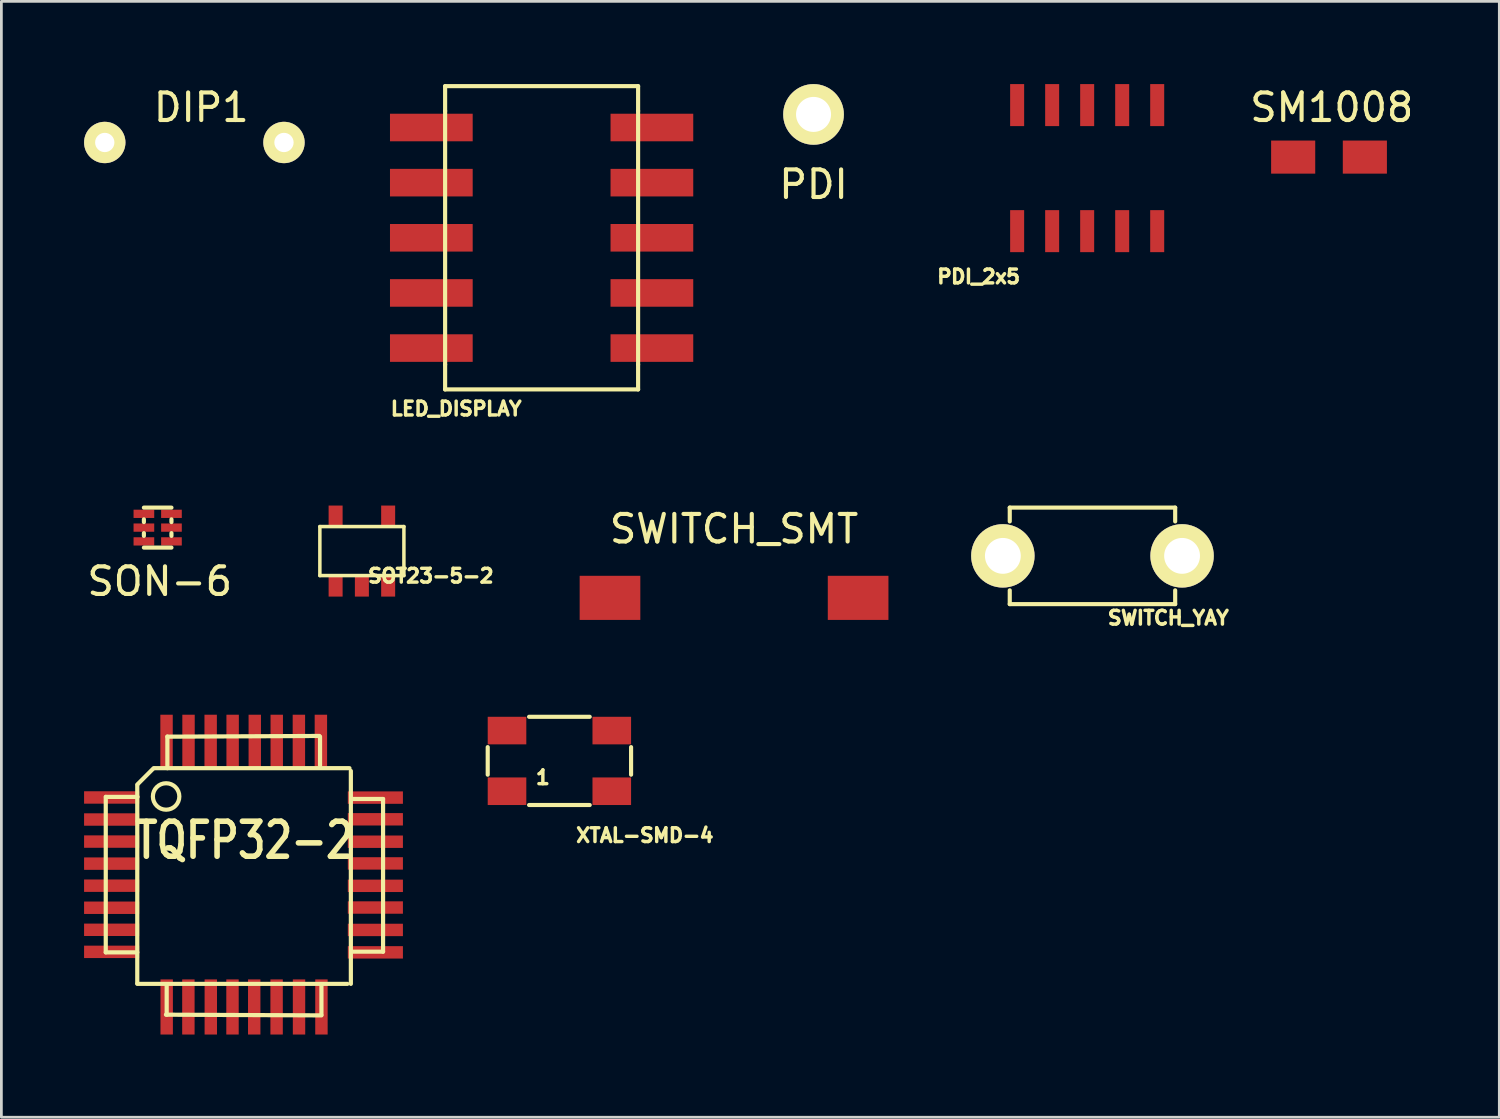
<source format=kicad_pcb>
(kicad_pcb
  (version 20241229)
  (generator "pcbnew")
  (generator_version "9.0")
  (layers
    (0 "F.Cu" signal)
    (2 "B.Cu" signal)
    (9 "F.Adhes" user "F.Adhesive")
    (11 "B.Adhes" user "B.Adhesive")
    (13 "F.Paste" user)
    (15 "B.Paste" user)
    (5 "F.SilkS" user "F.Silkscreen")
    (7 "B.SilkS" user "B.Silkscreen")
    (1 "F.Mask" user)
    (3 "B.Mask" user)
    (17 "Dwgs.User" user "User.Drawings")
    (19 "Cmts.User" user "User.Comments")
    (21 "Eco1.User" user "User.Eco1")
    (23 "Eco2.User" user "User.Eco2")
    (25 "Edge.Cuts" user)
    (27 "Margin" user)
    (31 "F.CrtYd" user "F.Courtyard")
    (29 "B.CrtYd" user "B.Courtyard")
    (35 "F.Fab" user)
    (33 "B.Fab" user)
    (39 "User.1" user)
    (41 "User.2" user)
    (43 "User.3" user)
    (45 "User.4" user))
  (footprint "XTAL-SMD-4"
    (layer "F.Cu")
    (at 17.24 24.549)
    (property "Reference" "XTAL-SMD-4" (at 3.1 2.7 0) (layer "F.SilkS") (effects (font (size 0.5 0.5) (thickness 0.125))))
    (attr through_hole)
    (fp_line (start -2.6 -0.5) (end -2.6 0.5) (stroke (width 0.15) (type solid)) (layer "F.SilkS"))
    (fp_line (start -1.1 -1.6) (end 1.1 -1.6) (stroke (width 0.15) (type solid)) (layer "F.SilkS"))
    (fp_line (start -1.1 1.6) (end 1.1 1.6) (stroke (width 0.15) (type solid)) (layer "F.SilkS"))
    (fp_line (start 2.6 0.5) (end 2.6 -0.5) (stroke (width 0.15) (type solid)) (layer "F.SilkS"))
    (fp_text user "1" (at -0.6 0.6 0) (layer "F.SilkS") (effects (font (size 0.5 0.5) (thickness 0.125))))
    (pad "1" smd rect (at -1.9 1.1) (size 1.4 1) (layers "F.Cu" "F.Mask" "F.Paste"))
    (pad "2" smd rect (at 1.9 1.1) (size 1.4 1) (layers "F.Cu" "F.Mask" "F.Paste"))
    (pad "3" smd rect (at 1.9 -1.1) (size 1.4 1) (layers "F.Cu" "F.Mask" "F.Paste"))
    (pad "4" smd rect (at -1.9 -1.1) (size 1.4 1) (layers "F.Cu" "F.Mask" "F.Paste")))
  (footprint "SWITCH_SMT"
    (layer "F.Cu")
    (at 23.575 18.635)
    (property "Reference" "SWITCH_SMT" (at 0 -2.5 0) (layer "F.SilkS") (effects (font (size 1 1) (thickness 0.15))))
    (attr through_hole)
    (pad "1" smd rect (at -4.5 0) (size 2.2 1.6) (layers "F.Cu" "F.Mask" "F.Paste"))
    (pad "2" smd rect (at 4.5 0) (size 2.2 1.6) (layers "F.Cu" "F.Mask" "F.Paste")))
  (footprint "SOT23-5-2"
    (layer "F.Cu")
    (at 10.076 16.938)
    (property "Reference" "SOT23-5-2" (at 2.5 0.9 0) (layer "F.SilkS") (effects (font (size 0.5 0.5) (thickness 0.125))))
    (attr smd)
    (fp_line (start -1.524 -0.889) (end 1.524 -0.889) (stroke (width 0.127) (type solid)) (layer "F.SilkS"))
    (fp_line (start -1.524 0.889) (end -1.524 -0.889) (stroke (width 0.127) (type solid)) (layer "F.SilkS"))
    (fp_line (start 1.524 -0.889) (end 1.524 0.889) (stroke (width 0.127) (type solid)) (layer "F.SilkS"))
    (fp_line (start 1.524 0.889) (end -1.524 0.889) (stroke (width 0.127) (type solid)) (layer "F.SilkS"))
    (pad "1" smd rect (at -0.953 1.27) (size 0.508 0.762) (layers "F.Cu" "F.Mask" "F.Paste"))
    (pad "2" smd rect (at 0 1.27) (size 0.508 0.762) (layers "F.Cu" "F.Mask" "F.Paste"))
    (pad "3" smd rect (at 0.953 1.27) (size 0.508 0.762) (layers "F.Cu" "F.Mask" "F.Paste"))
    (pad "4" smd rect (at 0.953 -1.27) (size 0.508 0.762) (layers "F.Cu" "F.Mask" "F.Paste"))
    (pad "5" smd rect (at -0.953 -1.27) (size 0.508 0.762) (layers "F.Cu" "F.Mask" "F.Paste")))
  (footprint "SM1008"
    (layer "F.Cu")
    (at 45.155 2.648)
    (property "Reference" "SM1008" (at 0.1 -1.8 0) (layer "F.SilkS") (effects (font (size 1 1) (thickness 0.15))))
    (attr through_hole)
    (pad "1" smd rect (at -1.3 0) (size 1.6 1.2) (layers "F.Cu" "F.Mask" "F.Paste"))
    (pad "2" smd rect (at 1.3 0) (size 1.6 1.2) (layers "F.Cu" "F.Mask" "F.Paste")))
  (footprint "DIP1"
    (layer "F.Cu")
    (at 4.25 2.118)
    (property "Reference" "DIP1" (at 0 -1.27 0) (layer "F.SilkS") (effects (font (size 1 1) (thickness 0.15))))
    (attr through_hole)
    (pad "1" thru_hole circle (at 3 0) (size 1.5 1.5) (drill 0.7) (layers "*.Cu" "*.Mask" "F.SilkS"))
    (pad "2" thru_hole circle (at -3.5 0) (size 1.5 1.5) (drill 0.7) (layers "*.Cu" "*.Mask" "F.SilkS")))
  (footprint "SWITCH_YAY"
    (layer "F.Cu")
    (at 36.575 17.112)
    (property "Reference" "SWITCH_YAY" (at 2.75 2.25 0) (layer "F.SilkS") (effects (font (size 0.5 0.5) (thickness 0.125))))
    (attr through_hole)
    (fp_line (start -3 -1.75) (end -3 -1.25) (stroke (width 0.15) (type solid)) (layer "F.SilkS"))
    (fp_line (start -3 -1.75) (end 3 -1.75) (stroke (width 0.15) (type solid)) (layer "F.SilkS"))
    (fp_line (start -3 1.25) (end -3 1.75) (stroke (width 0.15) (type solid)) (layer "F.SilkS"))
    (fp_line (start -3 1.75) (end 3 1.75) (stroke (width 0.15) (type solid)) (layer "F.SilkS"))
    (fp_line (start 3 -1.75) (end 3 -1.25) (stroke (width 0.15) (type solid)) (layer "F.SilkS"))
    (fp_line (start 3 1.75) (end 3 1.25) (stroke (width 0.15) (type solid)) (layer "F.SilkS"))
    (pad "1" thru_hole circle (at -3.25 0) (size 2.3 2.3) (drill 1.3) (layers "*.Cu" "*.Mask" "F.SilkS"))
    (pad "2" thru_hole circle (at 3.25 0) (size 2.3 2.3) (drill 1.3) (layers "*.Cu" "*.Mask" "F.SilkS")))
  (footprint "PDI_2x5"
    (layer "F.Cu")
    (at 33.843 3.048)
    (property "Reference" "PDI_2x5" (at -1.397 3.937 0) (layer "F.SilkS") (effects (font (size 0.5 0.5) (thickness 0.125))))
    (attr through_hole)
    (pad "1" smd rect (at 0 2.286) (size 0.508 1.524) (layers "F.Cu" "F.Mask" "F.Paste"))
    (pad "2" smd rect (at 0 -2.286) (size 0.508 1.524) (layers "F.Cu" "F.Mask" "F.Paste"))
    (pad "3" smd rect (at 1.27 2.286) (size 0.508 1.524) (layers "F.Cu" "F.Mask" "F.Paste"))
    (pad "4" smd rect (at 1.27 -2.286) (size 0.508 1.524) (layers "F.Cu" "F.Mask" "F.Paste"))
    (pad "5" smd rect (at 2.54 2.286) (size 0.508 1.524) (layers "F.Cu" "F.Mask" "F.Paste"))
    (pad "6" smd rect (at 2.54 -2.286) (size 0.508 1.524) (layers "F.Cu" "F.Mask" "F.Paste"))
    (pad "7" smd rect (at 3.81 2.286) (size 0.508 1.524) (layers "F.Cu" "F.Mask" "F.Paste"))
    (pad "8" smd rect (at 3.81 -2.286) (size 0.508 1.524) (layers "F.Cu" "F.Mask" "F.Paste"))
    (pad "9" smd rect (at 5.08 2.286) (size 0.508 1.524) (layers "F.Cu" "F.Mask" "F.Paste"))
    (pad "10" smd rect (at 5.08 -2.286) (size 0.508 1.524) (layers "F.Cu" "F.Mask" "F.Paste")))
  (footprint "PDI"
    (layer "F.Cu")
    (at 26.458 3.64)
    (property "Reference" "PDI" (at 0 0 0) (layer "F.SilkS") (effects (font (size 1 1) (thickness 0.15))))
    (attr through_hole)
    (pad "2" thru_hole circle (at 0 -2.54) (size 2.2 2.2) (drill 1.27) (layers "*.Cu" "*.Mask" "F.SilkS")))
  (footprint "LED_DISPLAY"
    (layer "F.Cu")
    (at 16.595 5.575)
    (property "Reference" "LED_DISPLAY" (at -3.1 6.2 0) (layer "F.SilkS") (effects (font (size 0.5 0.5) (thickness 0.125))))
    (attr through_hole)
    (fp_line (start -3.5 -4.6) (end -3.5 -5.5) (stroke (width 0.15) (type solid)) (layer "F.SilkS"))
    (fp_line (start -3.5 -4.6) (end -3.5 4.6) (stroke (width 0.15) (type solid)) (layer "F.SilkS"))
    (fp_line (start -3.5 5.5) (end -3.5 4.6) (stroke (width 0.15) (type solid)) (layer "F.SilkS"))
    (fp_line (start -3.5 5.5) (end 3.5 5.5) (stroke (width 0.15) (type solid)) (layer "F.SilkS"))
    (fp_line (start 3.5 -5.5) (end -3.5 -5.5) (stroke (width 0.15) (type solid)) (layer "F.SilkS"))
    (fp_line (start 3.5 -4.6) (end 3.5 -5.5) (stroke (width 0.15) (type solid)) (layer "F.SilkS"))
    (fp_line (start 3.5 -4.6) (end 3.5 4.6) (stroke (width 0.15) (type solid)) (layer "F.SilkS"))
    (fp_line (start 3.5 5.5) (end 3.5 4.6) (stroke (width 0.15) (type solid)) (layer "F.SilkS"))
    (pad "1" smd rect (at -4 -4) (size 3 1) (layers "F.Cu" "F.Mask" "F.Paste"))
    (pad "2" smd rect (at -4 -2) (size 3 1) (layers "F.Cu" "F.Mask" "F.Paste"))
    (pad "3" smd rect (at -4 0) (size 3 1) (layers "F.Cu" "F.Mask" "F.Paste"))
    (pad "4" smd rect (at -4 2) (size 3 1) (layers "F.Cu" "F.Mask" "F.Paste"))
    (pad "5" smd rect (at -4 4) (size 3 1) (layers "F.Cu" "F.Mask" "F.Paste"))
    (pad "6" smd rect (at 4 4) (size 3 1) (layers "F.Cu" "F.Mask" "F.Paste"))
    (pad "7" smd rect (at 4 2) (size 3 1) (layers "F.Cu" "F.Mask" "F.Paste"))
    (pad "8" smd rect (at 4 0) (size 3 1) (layers "F.Cu" "F.Mask" "F.Paste"))
    (pad "9" smd rect (at 4 -2) (size 3 1) (layers "F.Cu" "F.Mask" "F.Paste"))
    (pad "10" smd rect (at 4 -4) (size 3 1) (layers "F.Cu" "F.Mask" "F.Paste")))
  (footprint "SON-6"
    (layer "F.Cu")
    (at 2.669 16.087)
    (property "Reference" "SON-6" (at 0.075 1.95 0) (layer "F.SilkS") (effects (font (size 1 1) (thickness 0.15))))
    (attr through_hole)
    (fp_line (start -0.5 -0.725) (end 0.5 -0.725) (stroke (width 0.15) (type solid)) (layer "F.SilkS"))
    (fp_line (start -0.5 -0.3) (end -0.5 -0.2) (stroke (width 0.15) (type solid)) (layer "F.SilkS"))
    (fp_line (start -0.5 0.2) (end -0.5 0.3) (stroke (width 0.15) (type solid)) (layer "F.SilkS"))
    (fp_line (start 0.5 -0.2) (end 0.5 -0.3) (stroke (width 0.15) (type solid)) (layer "F.SilkS"))
    (fp_line (start 0.5 0.3) (end 0.5 0.2) (stroke (width 0.15) (type solid)) (layer "F.SilkS"))
    (fp_line (start 0.5 0.725) (end -0.5 0.725) (stroke (width 0.15) (type solid)) (layer "F.SilkS"))
    (pad "1" smd rect (at -0.5 -0.5) (size 0.75 0.3) (layers "F.Cu" "F.Mask" "F.Paste"))
    (pad "2" smd rect (at -0.5 0) (size 0.75 0.3) (layers "F.Cu" "F.Mask" "F.Paste"))
    (pad "3" smd rect (at -0.5 0.5) (size 0.75 0.3) (layers "F.Cu" "F.Mask" "F.Paste"))
    (pad "4" smd rect (at 0.5 0.5) (size 0.75 0.3) (layers "F.Cu" "F.Mask" "F.Paste"))
    (pad "5" smd rect (at 0.5 0) (size 0.75 0.3) (layers "F.Cu" "F.Mask" "F.Paste"))
    (pad "6" smd rect (at 0.5 -0.5) (size 0.75 0.3) (layers "F.Cu" "F.Mask" "F.Paste")))
  (footprint "TQFP32-2"
    (layer "F.Cu")
    (at 5.815 28.699)
    (property "Reference" "TQFP32-2" (at 0 -1.27 0) (layer "F.SilkS") (effects (font (size 1.27 1.016) (thickness 0.203))))
    (attr through_hole)
    (fp_line (start -5.029 -2.845) (end -5.029 2.794) (stroke (width 0.152) (type solid)) (layer "F.SilkS"))
    (fp_line (start -5.029 2.794) (end -3.886 2.794) (stroke (width 0.152) (type solid)) (layer "F.SilkS"))
    (fp_line (start -5.024 -2.845) (end -3.876 -2.845) (stroke (width 0.152) (type solid)) (layer "F.SilkS"))
    (fp_line (start -3.886 -3.277) (end -3.886 3.912) (stroke (width 0.152) (type solid)) (layer "F.SilkS"))
    (fp_line (start -3.886 3.937) (end 3.734 3.937) (stroke (width 0.152) (type solid)) (layer "F.SilkS"))
    (fp_line (start -3.876 -3.302) (end -3.292 -3.886) (stroke (width 0.152) (type solid)) (layer "F.SilkS"))
    (fp_line (start -3.251 -3.886) (end 3.81 -3.886) (stroke (width 0.152) (type solid)) (layer "F.SilkS"))
    (fp_line (start -2.845 5.055) (end 2.794 5.08) (stroke (width 0.152) (type solid)) (layer "F.SilkS"))
    (fp_line (start -2.819 3.988) (end -2.819 5.055) (stroke (width 0.152) (type solid)) (layer "F.SilkS"))
    (fp_line (start -2.794 -5.029) (end 2.718 -5.055) (stroke (width 0.152) (type solid)) (layer "F.SilkS"))
    (fp_line (start -2.794 -3.886) (end -2.794 -5.034) (stroke (width 0.152) (type solid)) (layer "F.SilkS"))
    (fp_line (start 2.743 -5.029) (end 2.743 -3.988) (stroke (width 0.152) (type solid)) (layer "F.SilkS"))
    (fp_line (start 2.794 3.962) (end 2.794 5.055) (stroke (width 0.152) (type solid)) (layer "F.SilkS"))
    (fp_line (start 3.861 3.937) (end 3.861 -3.785) (stroke (width 0.152) (type solid)) (layer "F.SilkS"))
    (fp_line (start 5.029 -2.769) (end 3.912 -2.769) (stroke (width 0.152) (type solid)) (layer "F.SilkS"))
    (fp_line (start 5.029 2.769) (end 3.886 2.769) (stroke (width 0.152) (type solid)) (layer "F.SilkS"))
    (fp_line (start 5.029 2.769) (end 5.029 -2.769) (stroke (width 0.152) (type solid)) (layer "F.SilkS"))
    (fp_circle (center -2.84 -2.86) (end -2.433 -2.606) (stroke (width 0.152) (type solid)) (fill no) (layer "F.SilkS"))
    (pad "1" smd rect (at -4.816 -2.824) (size 1.999 0.45) (layers "F.Cu" "F.Mask" "F.Paste"))
    (pad "2" smd rect (at -4.816 -2.024) (size 1.999 0.45) (layers "F.Cu" "F.Mask" "F.Paste"))
    (pad "3" smd rect (at -4.816 -1.224) (size 1.999 0.45) (layers "F.Cu" "F.Mask" "F.Paste"))
    (pad "4" smd rect (at -4.816 -0.424) (size 1.999 0.45) (layers "F.Cu" "F.Mask" "F.Paste"))
    (pad "5" smd rect (at -4.816 0.376) (size 1.999 0.45) (layers "F.Cu" "F.Mask" "F.Paste"))
    (pad "6" smd rect (at -4.816 1.176) (size 1.999 0.45) (layers "F.Cu" "F.Mask" "F.Paste"))
    (pad "7" smd rect (at -4.816 1.976) (size 1.999 0.45) (layers "F.Cu" "F.Mask" "F.Paste"))
    (pad "8" smd rect (at -4.816 2.776) (size 1.999 0.45) (layers "F.Cu" "F.Mask" "F.Paste"))
    (pad "9" smd rect (at -2.819 4.775) (size 0.45 1.999) (layers "F.Cu" "F.Mask" "F.Paste"))
    (pad "10" smd rect (at -2.032 4.775) (size 0.45 1.999) (layers "F.Cu" "F.Mask" "F.Paste"))
    (pad "11" smd rect (at -1.219 4.775) (size 0.45 1.999) (layers "F.Cu" "F.Mask" "F.Paste"))
    (pad "12" smd rect (at -0.432 4.775) (size 0.45 1.999) (layers "F.Cu" "F.Mask" "F.Paste"))
    (pad "13" smd rect (at 0.356 4.775) (size 0.45 1.999) (layers "F.Cu" "F.Mask" "F.Paste"))
    (pad "14" smd rect (at 1.168 4.775) (size 0.45 1.999) (layers "F.Cu" "F.Mask" "F.Paste"))
    (pad "15" smd rect (at 1.981 4.775) (size 0.45 1.999) (layers "F.Cu" "F.Mask" "F.Paste"))
    (pad "16" smd rect (at 2.794 4.775) (size 0.45 1.999) (layers "F.Cu" "F.Mask" "F.Paste"))
    (pad "17" smd rect (at 4.75 2.794) (size 1.999 0.45) (layers "F.Cu" "F.Mask" "F.Paste"))
    (pad "18" smd rect (at 4.75 1.981) (size 1.999 0.45) (layers "F.Cu" "F.Mask" "F.Paste"))
    (pad "19" smd rect (at 4.75 1.168) (size 1.999 0.45) (layers "F.Cu" "F.Mask" "F.Paste"))
    (pad "20" smd rect (at 4.75 0.381) (size 1.999 0.45) (layers "F.Cu" "F.Mask" "F.Paste"))
    (pad "21" smd rect (at 4.75 -0.432) (size 1.999 0.45) (layers "F.Cu" "F.Mask" "F.Paste"))
    (pad "22" smd rect (at 4.75 -1.219) (size 1.999 0.45) (layers "F.Cu" "F.Mask" "F.Paste"))
    (pad "23" smd rect (at 4.75 -2.032) (size 1.999 0.45) (layers "F.Cu" "F.Mask" "F.Paste"))
    (pad "24" smd rect (at 4.75 -2.819) (size 1.999 0.45) (layers "F.Cu" "F.Mask" "F.Paste"))
    (pad "25" smd rect (at 2.774 -4.826) (size 0.45 1.999) (layers "F.Cu" "F.Mask" "F.Paste"))
    (pad "26" smd rect (at 1.976 -4.826) (size 0.45 1.999) (layers "F.Cu" "F.Mask" "F.Paste"))
    (pad "27" smd rect (at 1.173 -4.826) (size 0.45 1.999) (layers "F.Cu" "F.Mask" "F.Paste"))
    (pad "28" smd rect (at 0.376 -4.826) (size 0.45 1.999) (layers "F.Cu" "F.Mask" "F.Paste"))
    (pad "29" smd rect (at -0.427 -4.826) (size 0.45 1.999) (layers "F.Cu" "F.Mask" "F.Paste"))
    (pad "30" smd rect (at -1.224 -4.826) (size 0.45 1.999) (layers "F.Cu" "F.Mask" "F.Paste"))
    (pad "31" smd rect (at -2.027 -4.826) (size 0.45 1.999) (layers "F.Cu" "F.Mask" "F.Paste"))
    (pad "32" smd rect (at -2.824 -4.826) (size 0.45 1.999) (layers "F.Cu" "F.Mask" "F.Paste")))
  (gr_rect
    (start -3 -3)
    (end 51.332 37.474)
    (stroke (width 0.1) (type default))
    (fill no)
    (layer "Edge.Cuts")))
</source>
